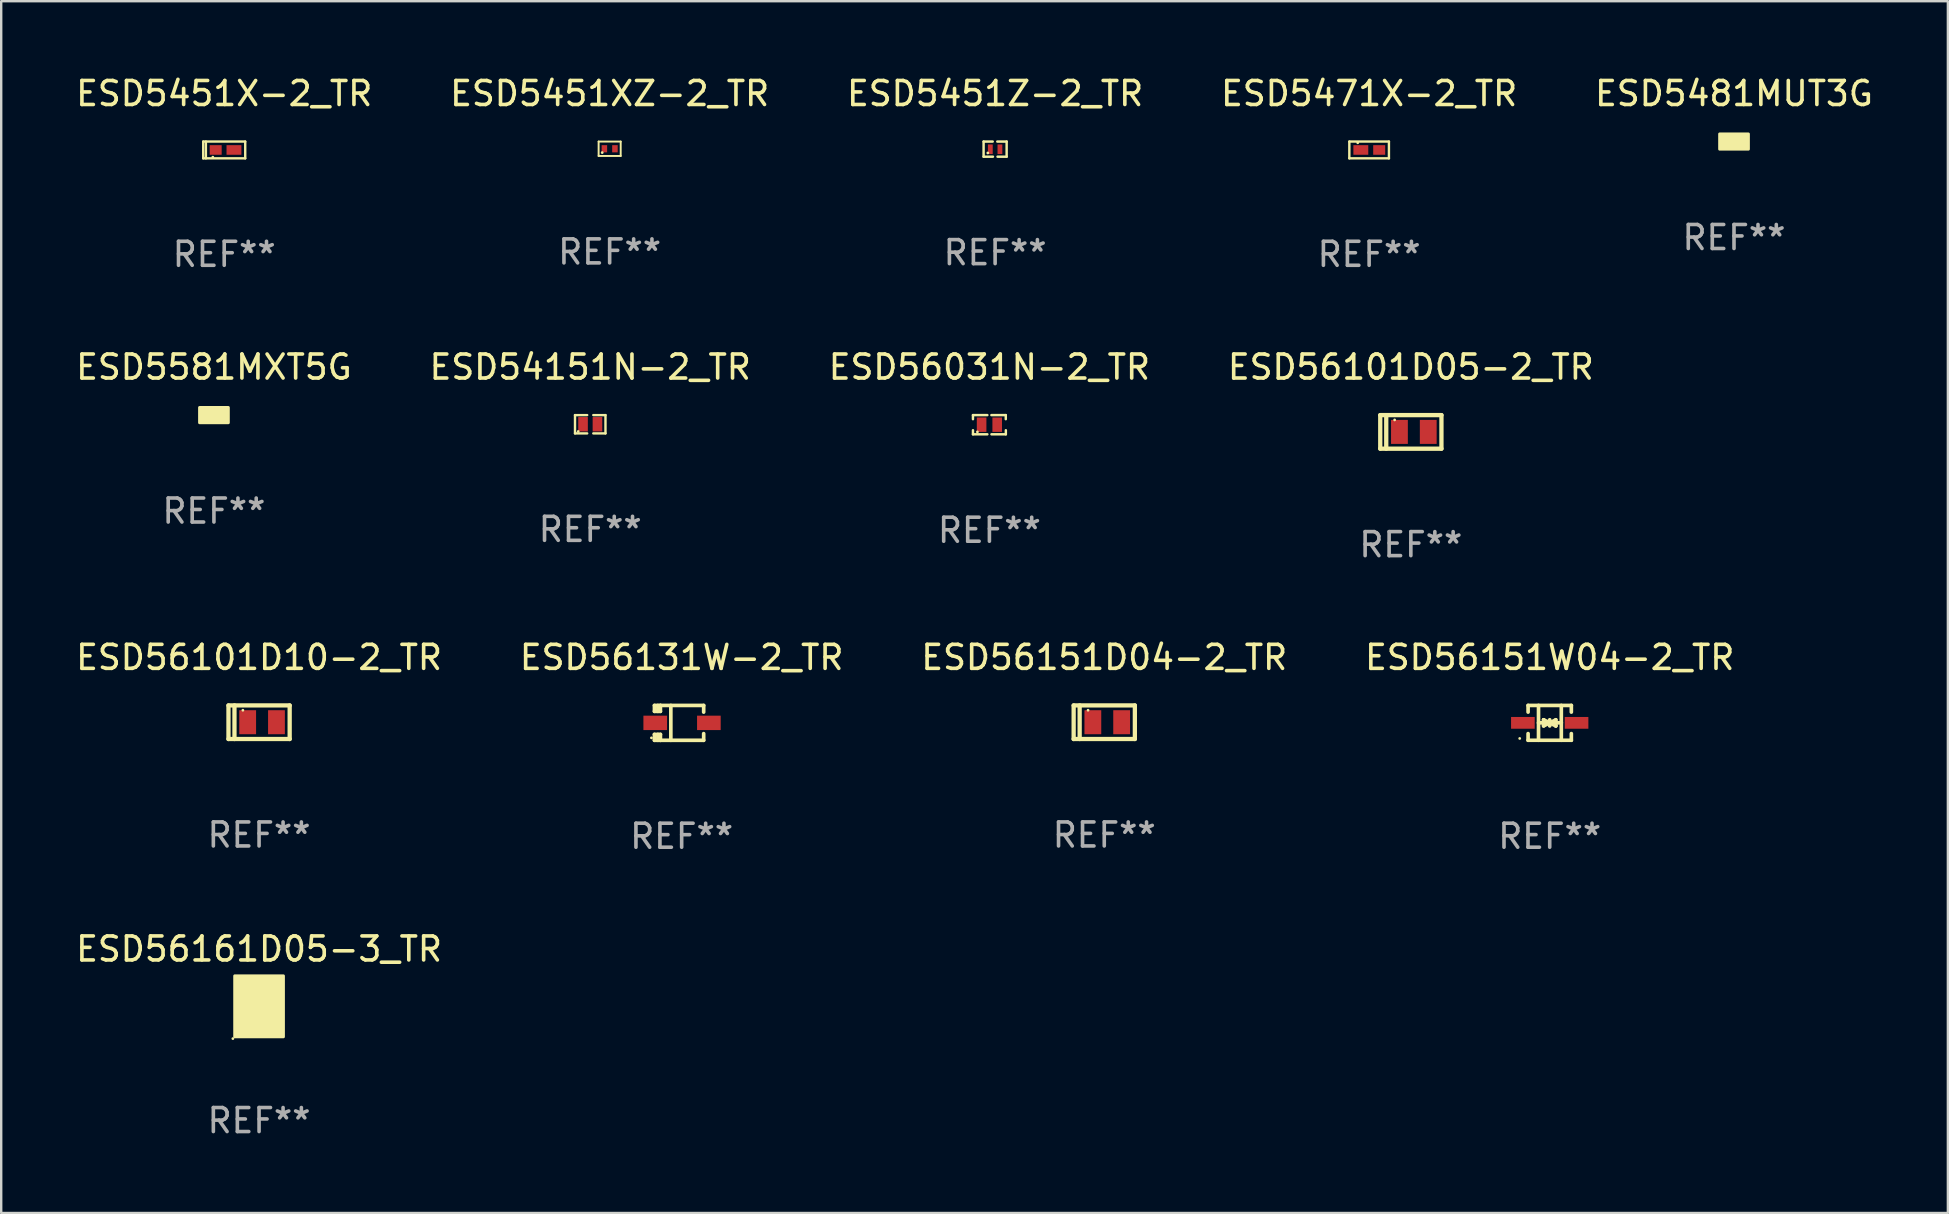
<source format=kicad_pcb>
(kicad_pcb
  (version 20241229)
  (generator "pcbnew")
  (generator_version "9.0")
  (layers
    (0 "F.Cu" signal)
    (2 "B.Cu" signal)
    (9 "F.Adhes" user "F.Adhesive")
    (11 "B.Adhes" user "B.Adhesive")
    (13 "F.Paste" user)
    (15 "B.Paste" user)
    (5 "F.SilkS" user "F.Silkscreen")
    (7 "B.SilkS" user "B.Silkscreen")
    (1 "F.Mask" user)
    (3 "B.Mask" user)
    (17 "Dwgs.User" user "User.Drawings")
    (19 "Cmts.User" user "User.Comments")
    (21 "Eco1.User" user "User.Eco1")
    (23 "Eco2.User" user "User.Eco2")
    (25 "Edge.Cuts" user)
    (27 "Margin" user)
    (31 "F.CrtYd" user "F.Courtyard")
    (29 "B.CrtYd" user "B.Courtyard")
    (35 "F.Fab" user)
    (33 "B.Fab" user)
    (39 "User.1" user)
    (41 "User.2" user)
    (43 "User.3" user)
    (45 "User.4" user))
  (footprint "ESD56031N-2_TR"
    (layer "F.Cu")
    (at 38.173 14.645)
    (property "Reference" "ESD56031N-2_TR" (at 0 -2.4 0) (layer "F.SilkS") (effects (font (size 1 1) (thickness 0.15))))
    (attr through_hole)
    (fp_line (start -0.685 -0.4) (end -0.685 -0.23) (stroke (width 0.102) (type solid)) (layer "F.SilkS"))
    (fp_line (start -0.685 0.4) (end -0.685 0.23) (stroke (width 0.102) (type solid)) (layer "F.SilkS"))
    (fp_line (start -0.085 -0.4) (end -0.685 -0.4) (stroke (width 0.102) (type solid)) (layer "F.SilkS"))
    (fp_line (start -0.085 0.4) (end -0.685 0.4) (stroke (width 0.102) (type solid)) (layer "F.SilkS"))
    (fp_line (start 0.082 -0.4) (end 0.682 -0.4) (stroke (width 0.102) (type solid)) (layer "F.SilkS"))
    (fp_line (start 0.085 0.4) (end 0.685 0.4) (stroke (width 0.102) (type solid)) (layer "F.SilkS"))
    (fp_line (start 0.682 -0.4) (end 0.682 -0.23) (stroke (width 0.102) (type solid)) (layer "F.SilkS"))
    (fp_line (start 0.685 0.4) (end 0.685 0.23) (stroke (width 0.102) (type solid)) (layer "F.SilkS"))
    (fp_circle (center -0.5 0.3) (end -0.47 0.3) (stroke (width 0.06) (type solid)) (fill no) (layer "F.SilkS"))
    (fp_text user "REF**" (at 0 4.4 0) (layer "F.Fab") (effects (font (size 1 1) (thickness 0.15))))
    (pad "1" smd rect (at -0.325 0) (size 0.4 0.6) (layers "F.Cu" "F.Mask" "F.Paste"))
    (pad "2" smd rect (at 0.325 0) (size 0.4 0.6) (layers "F.Cu" "F.Mask" "F.Paste")))
  (footprint "ESD56151D04-2_TR"
    (layer "F.Cu")
    (at 42.958 27.041)
    (property "Reference" "ESD56151D04-2_TR" (at 0 -2.7 0) (layer "F.SilkS") (effects (font (size 1 1) (thickness 0.15))))
    (attr through_hole)
    (fp_line (start -1.275 -0.7) (end -1.275 0.7) (stroke (width 0.178) (type solid)) (layer "F.SilkS"))
    (fp_line (start -1.275 -0.7) (end 1.275 -0.7) (stroke (width 0.178) (type solid)) (layer "F.SilkS"))
    (fp_line (start -1.275 0.7) (end 1.275 0.7) (stroke (width 0.178) (type solid)) (layer "F.SilkS"))
    (fp_line (start -1.025 -0.7) (end -1.025 0.7) (stroke (width 0.178) (type solid)) (layer "F.SilkS"))
    (fp_line (start 1.275 -0.7) (end 1.275 0.7) (stroke (width 0.178) (type solid)) (layer "F.SilkS"))
    (fp_circle (center -0.675 -0.5) (end -0.645 -0.5) (stroke (width 0.06) (type solid)) (fill no) (layer "F.SilkS"))
    (fp_text user "REF**" (at 0 4.7 0) (layer "F.Fab") (effects (font (size 1 1) (thickness 0.15))))
    (pad "1" smd rect (at -0.475 0 90) (size 1 0.7) (layers "F.Cu" "F.Mask" "F.Paste"))
    (pad "2" smd rect (at 0.725 0 90) (size 1 0.7) (layers "F.Cu" "F.Mask" "F.Paste")))
  (footprint "ESD5581MXT5G"
    (layer "F.Cu")
    (at 5.863 14.245)
    (property "Reference" "ESD5581MXT5G" (at 0 -2 0) (layer "F.SilkS") (effects (font (size 1 1) (thickness 0.15))))
    (attr through_hole)
    (fp_circle (center -0.309 0.16) (end -0.279 0.16) (stroke (width 0.06) (type solid)) (fill no) (layer "F.SilkS"))
    (fp_poly (pts (xy -0.599 -0.318) (xy 0.601 -0.318) (xy 0.601 0.318) (xy -0.599 0.318)) (stroke (width 0.12) (type solid)) (fill yes) (layer "F.SilkS"))
    (fp_text user "REF**" (at 0 4 0) (layer "F.Fab") (effects (font (size 1 1) (thickness 0.15))))
    (pad "1" smd rect (at -0.286 0) (size 0.35 0.4) (layers "F.Cu" "F.Mask" "F.Paste"))
    (pad "2" smd rect (at 0.286 0) (size 0.35 0.4) (layers "F.Cu" "F.Mask" "F.Paste")))
  (footprint "ESD56161D05-3_TR"
    (layer "F.Cu")
    (at 7.744 39.065)
    (property "Reference" "ESD56161D05-3_TR" (at 0 -2.575 0) (layer "F.SilkS") (effects (font (size 1 1) (thickness 0.15))))
    (attr through_hole)
    (fp_circle (center -1.091 1.158) (end -1.061 1.158) (stroke (width 0.06) (type solid)) (fill no) (layer "F.SilkS"))
    (fp_poly (pts (xy -1.016 -1.457) (xy 1.016 -1.457) (xy 1.016 1.083) (xy -1.016 1.083)) (stroke (width 0.12) (type solid)) (fill yes) (layer "F.SilkS"))
    (fp_text user "REF**" (at 0 4.575 0) (layer "F.Fab") (effects (font (size 1 1) (thickness 0.15))))
    (pad "1" smd rect (at -0.65 0.575 180) (size 0.4 0.5) (layers "F.Cu" "F.Mask" "F.Paste"))
    (pad "2" smd rect (at 0.65 0.575 180) (size 0.4 0.5) (layers "F.Cu" "F.Mask" "F.Paste"))
    (pad "3" smd rect (at 0 -0.575 180) (size 1.6 1.4) (layers "F.Cu" "F.Mask" "F.Paste")))
  (footprint "ESD5451X-2_TR"
    (layer "F.Cu")
    (at 6.292 3.198)
    (property "Reference" "ESD5451X-2_TR" (at 0 -2.35 0) (layer "F.SilkS") (effects (font (size 1 1) (thickness 0.15))))
    (attr through_hole)
    (fp_line (start -0.875 -0.35) (end -0.875 0.35) (stroke (width 0.1) (type solid)) (layer "F.SilkS"))
    (fp_line (start -0.875 -0.35) (end 0.875 -0.35) (stroke (width 0.1) (type solid)) (layer "F.SilkS"))
    (fp_line (start -0.875 0.35) (end 0.875 0.35) (stroke (width 0.1) (type solid)) (layer "F.SilkS"))
    (fp_line (start -0.764 -0.35) (end -0.764 0.35) (stroke (width 0.1) (type solid)) (layer "F.SilkS"))
    (fp_line (start 0.875 -0.35) (end 0.875 0.35) (stroke (width 0.1) (type solid)) (layer "F.SilkS"))
    (fp_circle (center -0.475 0.3) (end -0.445 0.3) (stroke (width 0.06) (type solid)) (fill no) (layer "F.SilkS"))
    (fp_text user "REF**" (at 0 4.35 0) (layer "F.Fab") (effects (font (size 1 1) (thickness 0.15))))
    (pad "1" smd rect (at -0.356 0 90) (size 0.4 0.5) (layers "F.Cu" "F.Mask" "F.Paste"))
    (pad "2" smd rect (at 0.406 0 90) (size 0.4 0.62) (layers "F.Cu" "F.Mask" "F.Paste")))
  (footprint "ESD5471X-2_TR"
    (layer "F.Cu")
    (at 53.994 3.198)
    (property "Reference" "ESD5471X-2_TR" (at 0 -2.35 0) (layer "F.SilkS") (effects (font (size 1 1) (thickness 0.15))))
    (attr through_hole)
    (fp_line (start -0.825 -0.35) (end -0.825 0.35) (stroke (width 0.1) (type solid)) (layer "F.SilkS"))
    (fp_line (start -0.825 -0.35) (end 0.825 -0.35) (stroke (width 0.1) (type solid)) (layer "F.SilkS"))
    (fp_line (start -0.825 0.35) (end 0.825 0.35) (stroke (width 0.1) (type solid)) (layer "F.SilkS"))
    (fp_line (start 0.825 -0.35) (end 0.825 0.35) (stroke (width 0.1) (type solid)) (layer "F.SilkS"))
    (fp_circle (center -0.475 -0.3) (end -0.445 -0.3) (stroke (width 0.06) (type solid)) (fill no) (layer "F.SilkS"))
    (fp_text user "REF**" (at 0 4.35 0) (layer "F.Fab") (effects (font (size 1 1) (thickness 0.15))))
    (pad "1" smd rect (at -0.346 0) (size 0.62 0.4) (layers "F.Cu" "F.Mask" "F.Paste"))
    (pad "2" smd rect (at 0.419 0) (size 0.5 0.4) (layers "F.Cu" "F.Mask" "F.Paste")))
  (footprint "ESD56151W04-2_TR"
    (layer "F.Cu")
    (at 61.518 27.067)
    (property "Reference" "ESD56151W04-2_TR" (at 0 -2.726 0) (layer "F.SilkS") (effects (font (size 1 1) (thickness 0.15))))
    (attr through_hole)
    (fp_line (start -0.901 -0.726) (end -0.901 -0.448) (stroke (width 0.152) (type solid)) (layer "F.SilkS"))
    (fp_line (start -0.901 0.726) (end -0.901 0.448) (stroke (width 0.152) (type solid)) (layer "F.SilkS"))
    (fp_line (start -0.467 0) (end 0.483 -0.003) (stroke (width 0.154) (type solid)) (layer "F.SilkS"))
    (fp_line (start -0.467 0.726) (end -0.467 -0.726) (stroke (width 0.152) (type solid)) (layer "F.SilkS"))
    (fp_line (start -0.254 -0.127) (end -0.254 -0.127) (stroke (width 0.154) (type solid)) (layer "F.SilkS"))
    (fp_line (start -0.254 -0.127) (end -0.002 -0.003) (stroke (width 0.154) (type solid)) (layer "F.SilkS"))
    (fp_line (start -0.254 0.127) (end -0.254 -0.127) (stroke (width 0.154) (type solid)) (layer "F.SilkS"))
    (fp_line (start -0.127 0) (end 0.003 0) (stroke (width 0.154) (type solid)) (layer "F.SilkS"))
    (fp_line (start -0.003 0) (end -0.254 0.127) (stroke (width 0.154) (type solid)) (layer "F.SilkS"))
    (fp_line (start 0 -0.127) (end 0 0.127) (stroke (width 0.154) (type solid)) (layer "F.SilkS"))
    (fp_line (start 0.003 0) (end 0.254 -0.127) (stroke (width 0.154) (type solid)) (layer "F.SilkS"))
    (fp_line (start 0.127 0) (end -0.003 0) (stroke (width 0.154) (type solid)) (layer "F.SilkS"))
    (fp_line (start 0.254 -0.127) (end 0.254 0.127) (stroke (width 0.154) (type solid)) (layer "F.SilkS"))
    (fp_line (start 0.254 0.127) (end 0.002 0.003) (stroke (width 0.154) (type solid)) (layer "F.SilkS"))
    (fp_line (start 0.254 0.127) (end 0.254 0.127) (stroke (width 0.154) (type solid)) (layer "F.SilkS"))
    (fp_line (start 0.483 0.726) (end 0.483 -0.726) (stroke (width 0.152) (type solid)) (layer "F.SilkS"))
    (fp_line (start 0.901 -0.726) (end -0.901 -0.726) (stroke (width 0.152) (type solid)) (layer "F.SilkS"))
    (fp_line (start 0.901 -0.726) (end 0.901 -0.448) (stroke (width 0.152) (type solid)) (layer "F.SilkS"))
    (fp_line (start 0.901 0.726) (end -0.901 0.726) (stroke (width 0.152) (type solid)) (layer "F.SilkS"))
    (fp_line (start 0.901 0.726) (end 0.901 0.448) (stroke (width 0.152) (type solid)) (layer "F.SilkS"))
    (fp_circle (center -1.25 0.65) (end -1.22 0.65) (stroke (width 0.06) (type solid)) (fill no) (layer "F.SilkS"))
    (fp_text user "REF**" (at 0 4.726 0) (layer "F.Fab") (effects (font (size 1 1) (thickness 0.15))))
    (pad "1" smd rect (at -1.118 0) (size 0.985 0.49) (layers "F.Cu" "F.Mask" "F.Paste"))
    (pad "2" smd rect (at 1.118 0) (size 0.985 0.49) (layers "F.Cu" "F.Mask" "F.Paste")))
  (footprint "ESD5481MUT3G"
    (layer "F.Cu")
    (at 69.196 2.848)
    (property "Reference" "ESD5481MUT3G" (at 0 -2 0) (layer "F.SilkS") (effects (font (size 1 1) (thickness 0.15))))
    (attr through_hole)
    (fp_circle (center -0.309 0.16) (end -0.279 0.16) (stroke (width 0.06) (type solid)) (fill no) (layer "F.SilkS"))
    (fp_poly (pts (xy -0.599 -0.318) (xy 0.601 -0.318) (xy 0.601 0.318) (xy -0.599 0.318)) (stroke (width 0.12) (type solid)) (fill yes) (layer "F.SilkS"))
    (fp_text user "REF**" (at 0 4 0) (layer "F.Fab") (effects (font (size 1 1) (thickness 0.15))))
    (pad "1" smd rect (at -0.286 0) (size 0.35 0.4) (layers "F.Cu" "F.Mask" "F.Paste"))
    (pad "2" smd rect (at 0.286 0) (size 0.35 0.4) (layers "F.Cu" "F.Mask" "F.Paste")))
  (footprint "ESD56131W-2_TR"
    (layer "F.Cu")
    (at 25.351 27.068)
    (property "Reference" "ESD56131W-2_TR" (at 0 -2.726 0) (layer "F.SilkS") (effects (font (size 1 1) (thickness 0.15))))
    (attr through_hole)
    (fp_line (start -1.134 0.48) (end -1.134 0.726) (stroke (width 0.152) (type solid)) (layer "F.SilkS"))
    (fp_line (start -1.134 0.726) (end -0.885 0.726) (stroke (width 0.152) (type solid)) (layer "F.SilkS"))
    (fp_line (start -1.134 -0.726) (end -1.134 -0.48) (stroke (width 0.152) (type solid)) (layer "F.SilkS"))
    (fp_line (start -0.992 -0.726) (end -0.992 -0.48) (stroke (width 0.152) (type solid)) (layer "F.SilkS"))
    (fp_line (start -0.992 0.48) (end -0.992 0.726) (stroke (width 0.152) (type solid)) (layer "F.SilkS"))
    (fp_line (start -0.885 -0.726) (end -1.134 -0.726) (stroke (width 0.152) (type solid)) (layer "F.SilkS"))
    (fp_line (start -0.885 -0.48) (end -1.134 -0.48) (stroke (width 0.152) (type solid)) (layer "F.SilkS"))
    (fp_line (start -0.885 -0.48) (end -0.885 -0.726) (stroke (width 0.152) (type solid)) (layer "F.SilkS"))
    (fp_line (start -0.885 0.48) (end -1.134 0.48) (stroke (width 0.152) (type solid)) (layer "F.SilkS"))
    (fp_line (start -0.885 0.48) (end -0.885 0.726) (stroke (width 0.152) (type solid)) (layer "F.SilkS"))
    (fp_line (start -0.451 0.726) (end -0.451 -0.726) (stroke (width 0.152) (type solid)) (layer "F.SilkS"))
    (fp_line (start 0.917 -0.726) (end -0.885 -0.726) (stroke (width 0.152) (type solid)) (layer "F.SilkS"))
    (fp_line (start 0.917 -0.726) (end 0.917 -0.448) (stroke (width 0.152) (type solid)) (layer "F.SilkS"))
    (fp_line (start 0.917 0.726) (end -0.885 0.726) (stroke (width 0.152) (type solid)) (layer "F.SilkS"))
    (fp_line (start 0.917 0.726) (end 0.917 0.448) (stroke (width 0.152) (type solid)) (layer "F.SilkS"))
    (fp_circle (center -1.259 0.625) (end -1.229 0.625) (stroke (width 0.06) (type solid)) (fill no) (layer "F.SilkS"))
    (fp_text user "REF**" (at 0 4.726 0) (layer "F.Fab") (effects (font (size 1 1) (thickness 0.15))))
    (pad "1" smd rect (at -1.101 -0.000114) (size 0.985 0.6) (layers "F.Cu" "F.Mask" "F.Paste"))
    (pad "2" smd rect (at 1.134 -0.000114) (size 0.985 0.6) (layers "F.Cu" "F.Mask" "F.Paste")))
  (footprint "ESD56101D05-2_TR"
    (layer "F.Cu")
    (at 55.732 14.945)
    (property "Reference" "ESD56101D05-2_TR" (at 0 -2.7 0) (layer "F.SilkS") (effects (font (size 1 1) (thickness 0.15))))
    (attr through_hole)
    (fp_line (start -1.275 -0.7) (end -1.275 0.7) (stroke (width 0.178) (type solid)) (layer "F.SilkS"))
    (fp_line (start -1.275 -0.7) (end 1.275 -0.7) (stroke (width 0.178) (type solid)) (layer "F.SilkS"))
    (fp_line (start -1.275 0.7) (end 1.275 0.7) (stroke (width 0.178) (type solid)) (layer "F.SilkS"))
    (fp_line (start -1.025 -0.7) (end -1.025 0.7) (stroke (width 0.178) (type solid)) (layer "F.SilkS"))
    (fp_line (start 1.275 -0.7) (end 1.275 0.7) (stroke (width 0.178) (type solid)) (layer "F.SilkS"))
    (fp_circle (center -0.675 -0.5) (end -0.645 -0.5) (stroke (width 0.06) (type solid)) (fill no) (layer "F.SilkS"))
    (fp_text user "REF**" (at 0 4.7 0) (layer "F.Fab") (effects (font (size 1 1) (thickness 0.15))))
    (pad "1" smd rect (at -0.475 0 90) (size 1 0.7) (layers "F.Cu" "F.Mask" "F.Paste"))
    (pad "2" smd rect (at 0.725 0 90) (size 1 0.7) (layers "F.Cu" "F.Mask" "F.Paste")))
  (footprint "ESD5451XZ-2_TR"
    (layer "F.Cu")
    (at 22.351 3.148)
    (property "Reference" "ESD5451XZ-2_TR" (at 0 -2.3 0) (layer "F.SilkS") (effects (font (size 1 1) (thickness 0.15))))
    (attr through_hole)
    (fp_line (start -0.46 -0.3) (end -0.46 0.3) (stroke (width 0.08) (type solid)) (layer "F.SilkS"))
    (fp_line (start -0.46 -0.3) (end 0.46 -0.3) (stroke (width 0.08) (type solid)) (layer "F.SilkS"))
    (fp_line (start -0.46 0.3) (end 0.46 0.3) (stroke (width 0.08) (type solid)) (layer "F.SilkS"))
    (fp_line (start 0.46 -0.3) (end 0.46 0.3) (stroke (width 0.08) (type solid)) (layer "F.SilkS"))
    (fp_circle (center -0.31 0.16) (end -0.28 0.16) (stroke (width 0.06) (type solid)) (fill no) (layer "F.SilkS"))
    (fp_text user "REF**" (at 0 4.3 0) (layer "F.Fab") (effects (font (size 1 1) (thickness 0.15))))
    (pad "1" smd rect (at -0.22 0 180) (size 0.23 0.3) (layers "F.Cu" "F.Mask" "F.Paste"))
    (pad "2" smd rect (at 0.22 0 180) (size 0.23 0.3) (layers "F.Cu" "F.Mask" "F.Paste")))
  (footprint "ESD56101D10-2_TR"
    (layer "F.Cu")
    (at 7.744 27.041)
    (property "Reference" "ESD56101D10-2_TR" (at 0 -2.7 0) (layer "F.SilkS") (effects (font (size 1 1) (thickness 0.15))))
    (attr through_hole)
    (fp_line (start -1.275 -0.7) (end -1.275 0.7) (stroke (width 0.178) (type solid)) (layer "F.SilkS"))
    (fp_line (start -1.275 -0.7) (end 1.275 -0.7) (stroke (width 0.178) (type solid)) (layer "F.SilkS"))
    (fp_line (start -1.275 0.7) (end 1.275 0.7) (stroke (width 0.178) (type solid)) (layer "F.SilkS"))
    (fp_line (start -1.025 -0.7) (end -1.025 0.7) (stroke (width 0.178) (type solid)) (layer "F.SilkS"))
    (fp_line (start 1.275 -0.7) (end 1.275 0.7) (stroke (width 0.178) (type solid)) (layer "F.SilkS"))
    (fp_circle (center -0.675 -0.5) (end -0.645 -0.5) (stroke (width 0.06) (type solid)) (fill no) (layer "F.SilkS"))
    (fp_text user "REF**" (at 0 4.7 0) (layer "F.Fab") (effects (font (size 1 1) (thickness 0.15))))
    (pad "1" smd rect (at -0.475 0 90) (size 1 0.7) (layers "F.Cu" "F.Mask" "F.Paste"))
    (pad "2" smd rect (at 0.725 0 90) (size 1 0.7) (layers "F.Cu" "F.Mask" "F.Paste")))
  (footprint "ESD5451Z-2_TR"
    (layer "F.Cu")
    (at 38.411 3.163)
    (property "Reference" "ESD5451Z-2_TR" (at 0 -2.315 0) (layer "F.SilkS") (effects (font (size 1 1) (thickness 0.15))))
    (attr through_hole)
    (fp_line (start -0.48 -0.315) (end -0.48 0.315) (stroke (width 0.102) (type solid)) (layer "F.SilkS"))
    (fp_line (start -0.48 0.315) (end -0.09 0.315) (stroke (width 0.102) (type solid)) (layer "F.SilkS"))
    (fp_line (start -0.48 -0.315) (end -0.1 -0.315) (stroke (width 0.102) (type solid)) (layer "F.SilkS"))
    (fp_line (start 0.48 0.315) (end 0.1 0.315) (stroke (width 0.102) (type solid)) (layer "F.SilkS"))
    (fp_line (start 0.48 -0.315) (end 0.09 -0.315) (stroke (width 0.102) (type solid)) (layer "F.SilkS"))
    (fp_line (start 0.48 0.315) (end 0.48 -0.315) (stroke (width 0.102) (type solid)) (layer "F.SilkS"))
    (fp_circle (center -0.305 0.16) (end -0.275 0.16) (stroke (width 0.06) (type solid)) (fill no) (layer "F.SilkS"))
    (fp_text user "REF**" (at 0 4.315 0) (layer "F.Fab") (effects (font (size 1 1) (thickness 0.15))))
    (pad "1" smd rect (at -0.2 0.005) (size 0.2 0.4) (layers "F.Cu" "F.Mask" "F.Paste"))
    (pad "2" smd rect (at 0.2 0.005) (size 0.2 0.4) (layers "F.Cu" "F.Mask" "F.Paste")))
  (footprint "ESD54151N-2_TR"
    (layer "F.Cu")
    (at 21.542 14.626)
    (property "Reference" "ESD54151N-2_TR" (at 0 -2.381 0) (layer "F.SilkS") (effects (font (size 1 1) (thickness 0.15))))
    (attr through_hole)
    (fp_line (start -0.635 -0.381) (end -0.635 0.381) (stroke (width 0.1) (type solid)) (layer "F.SilkS"))
    (fp_line (start -0.635 0.381) (end -0.127 0.381) (stroke (width 0.1) (type solid)) (layer "F.SilkS"))
    (fp_line (start -0.127 -0.381) (end -0.635 -0.381) (stroke (width 0.1) (type solid)) (layer "F.SilkS"))
    (fp_line (start 0.127 0.381) (end 0.635 0.381) (stroke (width 0.1) (type solid)) (layer "F.SilkS"))
    (fp_line (start 0.635 -0.381) (end 0.127 -0.381) (stroke (width 0.1) (type solid)) (layer "F.SilkS"))
    (fp_line (start 0.635 0.381) (end 0.635 -0.381) (stroke (width 0.1) (type solid)) (layer "F.SilkS"))
    (fp_circle (center -0.502 0.301) (end -0.472 0.301) (stroke (width 0.06) (type solid)) (fill no) (layer "F.SilkS"))
    (fp_text user "REF**" (at 0 4.381 0) (layer "F.Fab") (effects (font (size 1 1) (thickness 0.15))))
    (pad "1" smd rect (at -0.3 0) (size 0.4 0.6) (layers "F.Cu" "F.Mask" "F.Paste"))
    (pad "2" smd rect (at 0.3 0) (size 0.4 0.6) (layers "F.Cu" "F.Mask" "F.Paste")))
  (gr_rect
    (start -3 -3)
    (end 78.107 47.489)
    (stroke (width 0.1) (type default))
    (fill no)
    (layer "Edge.Cuts")))
</source>
